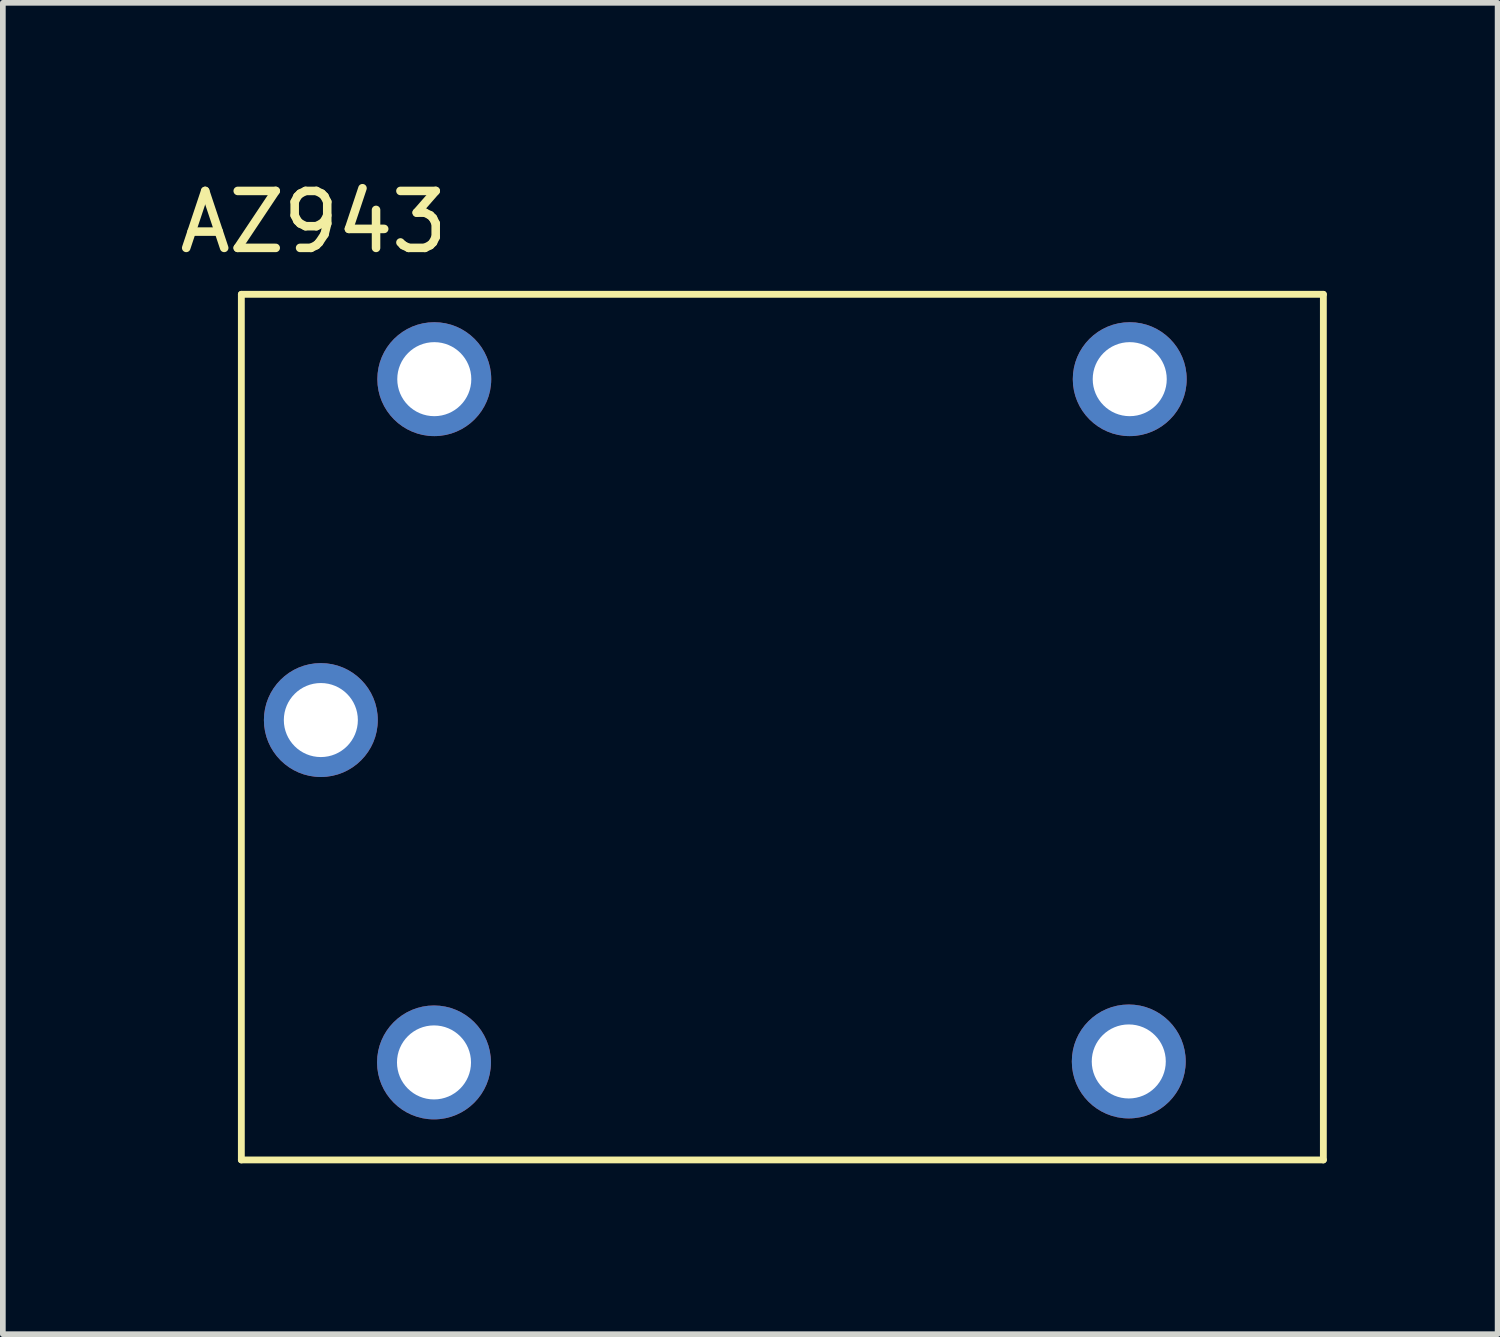
<source format=kicad_pcb>
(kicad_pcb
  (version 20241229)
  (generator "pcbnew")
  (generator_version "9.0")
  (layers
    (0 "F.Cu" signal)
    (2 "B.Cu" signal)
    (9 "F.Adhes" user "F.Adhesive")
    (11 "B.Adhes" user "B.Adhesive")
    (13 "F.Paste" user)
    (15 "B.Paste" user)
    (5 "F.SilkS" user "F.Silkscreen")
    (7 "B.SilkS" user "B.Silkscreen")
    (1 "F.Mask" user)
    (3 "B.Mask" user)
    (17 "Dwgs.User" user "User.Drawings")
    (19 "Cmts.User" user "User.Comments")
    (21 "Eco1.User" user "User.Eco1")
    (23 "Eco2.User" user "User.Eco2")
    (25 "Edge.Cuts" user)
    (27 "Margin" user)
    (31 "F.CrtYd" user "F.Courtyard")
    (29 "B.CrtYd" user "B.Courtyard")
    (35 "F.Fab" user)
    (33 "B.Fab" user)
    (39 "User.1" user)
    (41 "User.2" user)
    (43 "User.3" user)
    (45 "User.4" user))
  (footprint "AZ943"
    (layer "F.Cu")
    (at 1.188 2.118)
    (property "Reference" "AZ943" (at 1.27 -1.27 0) (layer "F.SilkS") (effects (font (size 1 1) (thickness 0.15))))
    (attr through_hole)
    (fp_line (start 0 0) (end 0 15.2) (stroke (width 0.12) (type solid)) (layer "F.SilkS"))
    (fp_line (start 0 0) (end 19 0) (stroke (width 0.12) (type solid)) (layer "F.SilkS"))
    (fp_line (start 0 15.2) (end 19 15.2) (stroke (width 0.12) (type solid)) (layer "F.SilkS"))
    (fp_line (start 19 0) (end 19 15.2) (stroke (width 0.12) (type solid)) (layer "F.SilkS"))
    (pad "1" thru_hole circle (at 1.396 7.476) (size 2 2) (drill 1.3) (layers "*.Cu" "*.Mask"))
    (pad "2" thru_hole circle (at 3.388 1.49) (size 2 2) (drill 1.3) (layers "*.Cu" "*.Mask"))
    (pad "3" thru_hole circle (at 15.6 1.49) (size 2 2) (drill 1.3) (layers "*.Cu" "*.Mask"))
    (pad "4" thru_hole circle (at 15.583 13.471) (size 2 2) (drill 1.3) (layers "*.Cu" "*.Mask"))
    (pad "5" thru_hole circle (at 3.383 13.488) (size 2 2) (drill 1.3) (layers "*.Cu" "*.Mask")))
  (gr_rect
    (start -3 -3)
    (end 23.248 20.378)
    (stroke (width 0.1) (type default))
    (fill no)
    (layer "Edge.Cuts")))
</source>
